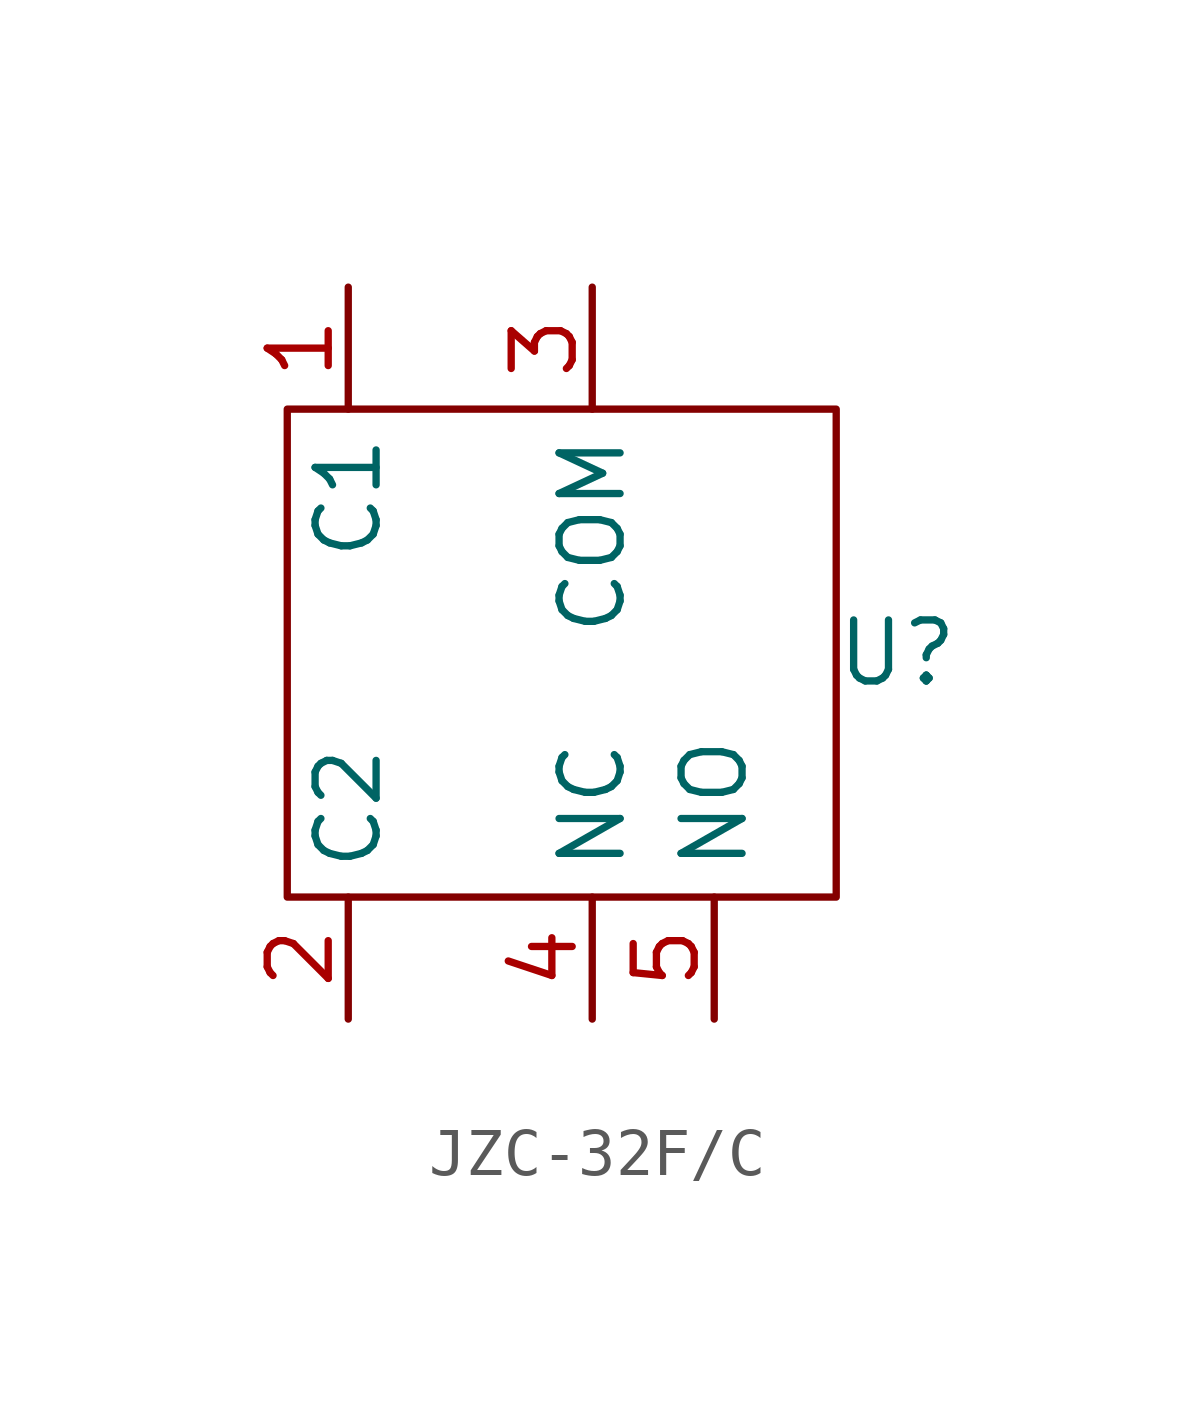
<source format=kicad_sym>
(kicad_symbol_lib
  (version 20220914)
  (generator kicad_symbol_editor)
  (symbol "JZC-32F/C"
    (property "Reference" "U"
      (at 10.16 -6.35 0)
      (effects (font (size 1.27 1.27))))
    (property "Value" ""
      (at 0 0 0)
      (effects (font (size 1.27 1.27))))
    (symbol "JZC-32F/C_0_1"
      (rectangle (start -2.54 -1.27) (end 8.89 -11.43) (stroke (width 0) (type default)) (fill (type none))))
    (symbol "JZC-32F/C_1_1"
      (pin passive line (at -1.27 1.27 270) (length 2.54) (name "C1" (effects (font (size 1.27 1.27)))) (number "1" (effects (font (size 1.27 1.27)))))
      (pin passive line (at -1.27 -13.97 90) (length 2.54) (name "C2" (effects (font (size 1.27 1.27)))) (number "2" (effects (font (size 1.27 1.27)))))
      (pin passive line (at 3.81 1.27 270) (length 2.54) (name "COM" (effects (font (size 1.27 1.27)))) (number "3" (effects (font (size 1.27 1.27)))))
      (pin passive line (at 3.81 -13.97 90) (length 2.54) (name "NC" (effects (font (size 1.27 1.27)))) (number "4" (effects (font (size 1.27 1.27)))))
      (pin passive line (at 6.35 -13.97 90) (length 2.54) (name "NO" (effects (font (size 1.27 1.27)))) (number "5" (effects (font (size 1.27 1.27))))))))
</source>
